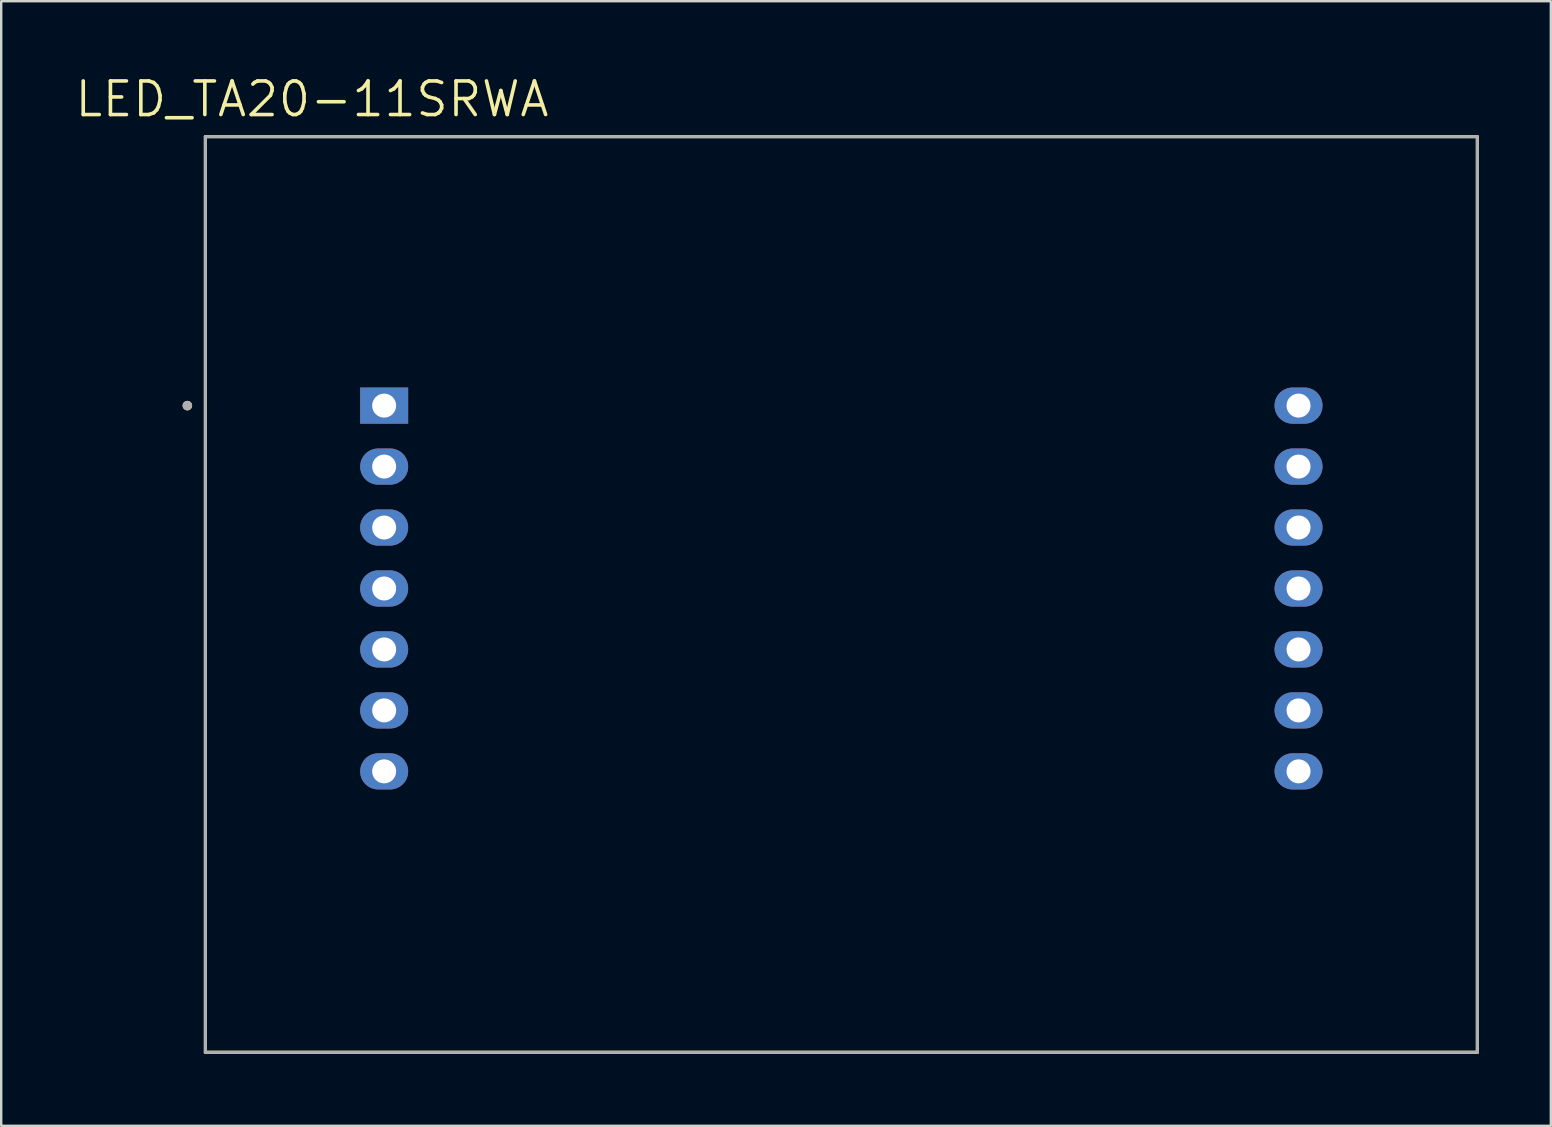
<source format=kicad_pcb>
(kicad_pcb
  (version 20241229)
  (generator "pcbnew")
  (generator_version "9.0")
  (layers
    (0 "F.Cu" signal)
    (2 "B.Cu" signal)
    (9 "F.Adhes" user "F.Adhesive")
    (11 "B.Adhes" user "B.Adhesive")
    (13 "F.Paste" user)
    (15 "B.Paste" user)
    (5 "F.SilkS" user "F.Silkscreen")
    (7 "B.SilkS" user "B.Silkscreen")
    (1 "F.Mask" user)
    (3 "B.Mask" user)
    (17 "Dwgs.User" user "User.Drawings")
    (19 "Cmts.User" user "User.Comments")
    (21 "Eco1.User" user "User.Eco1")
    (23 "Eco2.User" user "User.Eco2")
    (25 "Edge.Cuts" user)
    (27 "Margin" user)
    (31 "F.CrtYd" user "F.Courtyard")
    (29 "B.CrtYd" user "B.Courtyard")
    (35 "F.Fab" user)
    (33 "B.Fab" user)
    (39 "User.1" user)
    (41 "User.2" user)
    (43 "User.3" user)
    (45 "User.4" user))
  (footprint "LED_TA20-11SRWA"
    (layer "F.Cu")
    (at 32.007 21.471)
    (property "Reference" "LED_TA20-11SRWA" (at -22.055 -20.389 0) (layer "F.SilkS") (effects (font (size 1.4 1.4) (thickness 0.15))))
    (attr through_hole)
    (fp_line (start -26.5 19.325) (end -26.5 -18.825) (stroke (width 0.127) (type solid)) (layer "F.SilkS"))
    (fp_line (start -26.5 19.325) (end 26.5 19.325) (stroke (width 0.127) (type solid)) (layer "F.SilkS"))
    (fp_line (start 26.5 -18.825) (end -26.5 -18.825) (stroke (width 0.127) (type solid)) (layer "F.SilkS"))
    (fp_line (start 26.5 19.325) (end 26.5 -18.825) (stroke (width 0.127) (type solid)) (layer "F.SilkS"))
    (fp_circle (center -27.25 -7.62) (end -27.15 -7.62) (stroke (width 0.2) (type solid)) (fill no) (layer "F.SilkS"))
    (fp_line (start -26.5 -18.825) (end 26.5 -18.825) (stroke (width 0.127) (type solid)) (layer "F.Fab"))
    (fp_line (start -26.5 19.325) (end -26.5 -18.825) (stroke (width 0.127) (type solid)) (layer "F.Fab"))
    (fp_line (start -26.5 19.325) (end 26.5 19.325) (stroke (width 0.127) (type solid)) (layer "F.Fab"))
    (fp_line (start 26.5 19.325) (end 26.5 -18.825) (stroke (width 0.127) (type solid)) (layer "F.Fab"))
    (fp_circle (center -27.25 -7.62) (end -27.15 -7.62) (stroke (width 0.2) (type solid)) (fill no) (layer "F.Fab"))
    (pad "1" thru_hole rect (at -19.05 -7.62) (size 2 1.508) (drill 1) (layers "*.Cu" "*.Mask"))
    (pad "2" thru_hole oval (at -19.05 -5.08) (size 2 1.508) (drill 1) (layers "*.Cu" "*.Mask"))
    (pad "3" thru_hole oval (at -19.05 -2.54) (size 2 1.508) (drill 1) (layers "*.Cu" "*.Mask"))
    (pad "4" thru_hole oval (at -19.05 0) (size 2 1.508) (drill 1) (layers "*.Cu" "*.Mask"))
    (pad "5" thru_hole oval (at -19.05 2.54) (size 2 1.508) (drill 1) (layers "*.Cu" "*.Mask"))
    (pad "6" thru_hole oval (at -19.05 5.08) (size 2 1.508) (drill 1) (layers "*.Cu" "*.Mask"))
    (pad "7" thru_hole oval (at -19.05 7.62) (size 2 1.508) (drill 1) (layers "*.Cu" "*.Mask"))
    (pad "8" thru_hole oval (at 19.05 7.62) (size 2 1.508) (drill 1) (layers "*.Cu" "*.Mask"))
    (pad "9" thru_hole oval (at 19.05 5.08) (size 2 1.508) (drill 1) (layers "*.Cu" "*.Mask"))
    (pad "10" thru_hole oval (at 19.05 2.54) (size 2 1.508) (drill 1) (layers "*.Cu" "*.Mask"))
    (pad "11" thru_hole oval (at 19.05 0) (size 2 1.508) (drill 1) (layers "*.Cu" "*.Mask"))
    (pad "12" thru_hole oval (at 19.05 -2.54) (size 2 1.508) (drill 1) (layers "*.Cu" "*.Mask"))
    (pad "13" thru_hole oval (at 19.05 -5.08) (size 2 1.508) (drill 1) (layers "*.Cu" "*.Mask"))
    (pad "14" thru_hole oval (at 19.05 -7.62) (size 2 1.508) (drill 1) (layers "*.Cu" "*.Mask")))
  (gr_rect
    (start -3 -3)
    (end 61.57 43.86)
    (stroke (width 0.1) (type default))
    (fill no)
    (layer "Edge.Cuts")))
</source>
